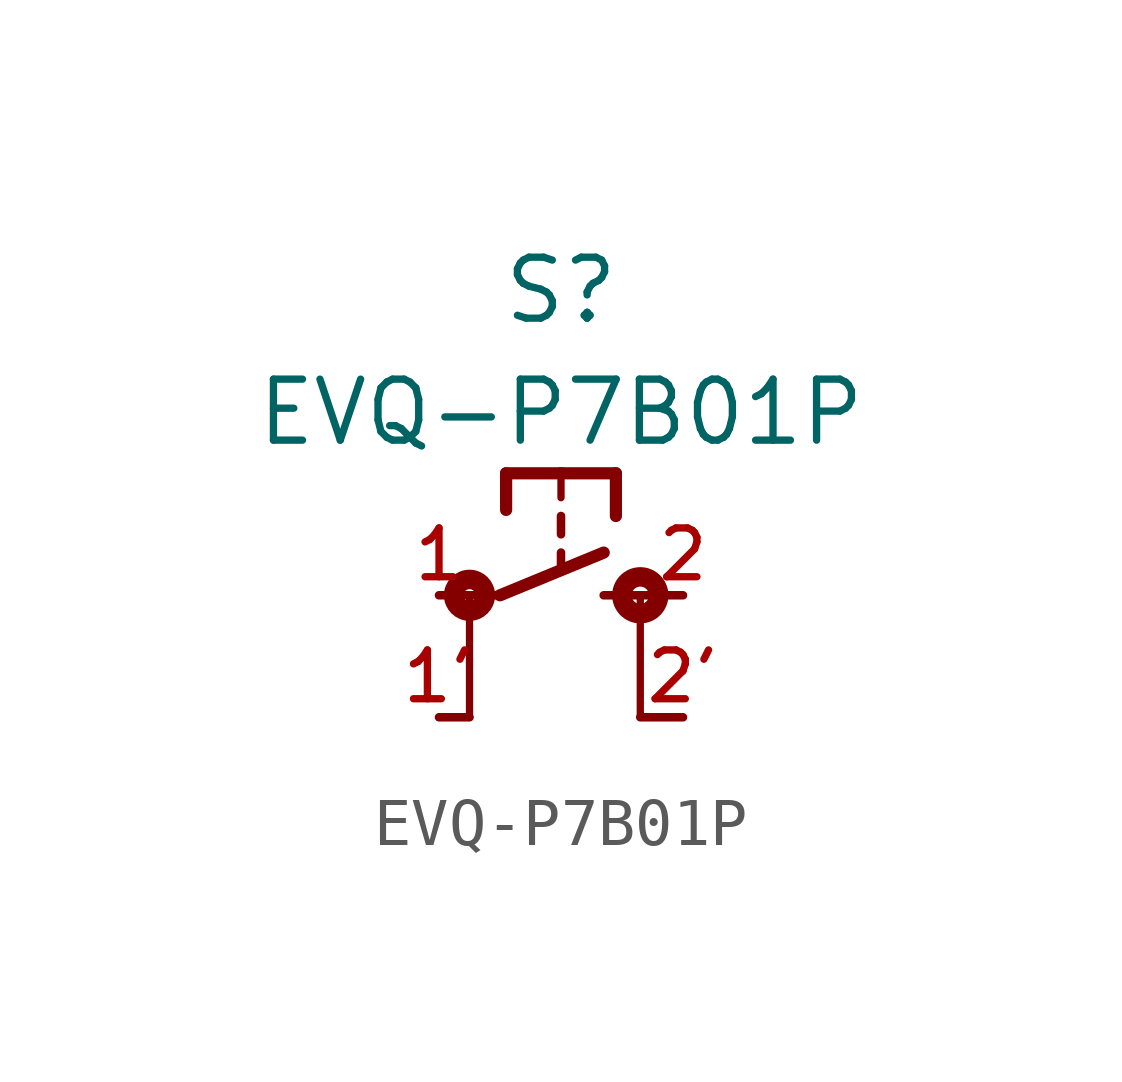
<source format=kicad_sym>
(kicad_symbol_lib
  (version 20211014)
  (generator kicad_symbol_editor)
  (symbol "EVQ-P7B01P"
    (pin_names
      (offset 1.016))
    (property "Reference" "S"
      (at 0.0 6.35 0)
      (effects (font (size 1.27 1.27))))
    (property "Value" "EVQ-P7B01P"
      (at 0.0 3.81 0)
      (effects (font (size 1.27 1.27))))
    (symbol "EVQ-P7B01P_0_0"
      (polyline (pts (xy 0.889 0.0) (xy 1.651 0.0)) (stroke (width 0.178)))
      (polyline (pts (xy 1.143 2.54) (xy 1.143 1.651)) (stroke (width 0.254)))
      (polyline (pts (xy -1.143 2.54) (xy -1.143 1.778)) (stroke (width 0.254)))
      (polyline (pts (xy 1.143 2.54) (xy 0.0 2.54)) (stroke (width 0.254)))
      (polyline (pts (xy 0.0 2.54) (xy -1.143 2.54)) (stroke (width 0.254)))
      (polyline (pts (xy 0.0 2.54) (xy 0.0 2.032)) (stroke (width 0.152)))
      (polyline (pts (xy 1.651 -2.54) (xy 1.651 0.0)) (stroke (width 0.152)))
      (polyline (pts (xy -1.905 -2.54) (xy -1.905 0.0)) (stroke (width 0.152)))
      (polyline (pts (xy -1.27 0.0) (xy 0.889 0.889)) (stroke (width 0.254)))
      (polyline (pts (xy -2.54 0.0) (xy -1.905 0.0)) (stroke (width 0.178)))
      (polyline (pts (xy -1.905 0.0) (xy -1.27 0.0)) (stroke (width 0.178)))
      (polyline (pts (xy -2.54 -2.54) (xy -1.905 -2.54)) (stroke (width 0.178)))
      (polyline (pts (xy 1.651 -2.54) (xy 2.54 -2.54)) (stroke (width 0.178)))
      (polyline (pts (xy 2.54 0.0) (xy 1.651 0.0)) (stroke (width 0.178)))
      (polyline (pts (xy 0.0 1.651) (xy 0.0 1.27)) (stroke (width 0.178)))
      (polyline (pts (xy 0.0 0.889) (xy 0.0 0.508)) (stroke (width 0.178)))
      (circle (center 1.651 0.0) (radius 0.18) (stroke (width 0.406)) (fill (type none)))
      (circle (center -1.905 0.0) (radius 0.127) (stroke (width 0.406)) (fill (type none)))
      (pin passive line (at -2.54 0.0 0) (length 0) (name "~" (effects (font (size 1.016 1.016)))) (number "1" (effects (font (size 1.016 1.016)))))
      (pin passive line (at -2.54 -2.54 0) (length 0) (name "~" (effects (font (size 1.016 1.016)))) (number "1'" (effects (font (size 1.016 1.016)))))
      (pin passive line (at 2.54 0.0 180.0) (length 0) (name "~" (effects (font (size 1.016 1.016)))) (number "2" (effects (font (size 1.016 1.016)))))
      (pin passive line (at 2.54 -2.54 180.0) (length 0) (name "~" (effects (font (size 1.016 1.016)))) (number "2'" (effects (font (size 1.016 1.016))))))))
</source>
